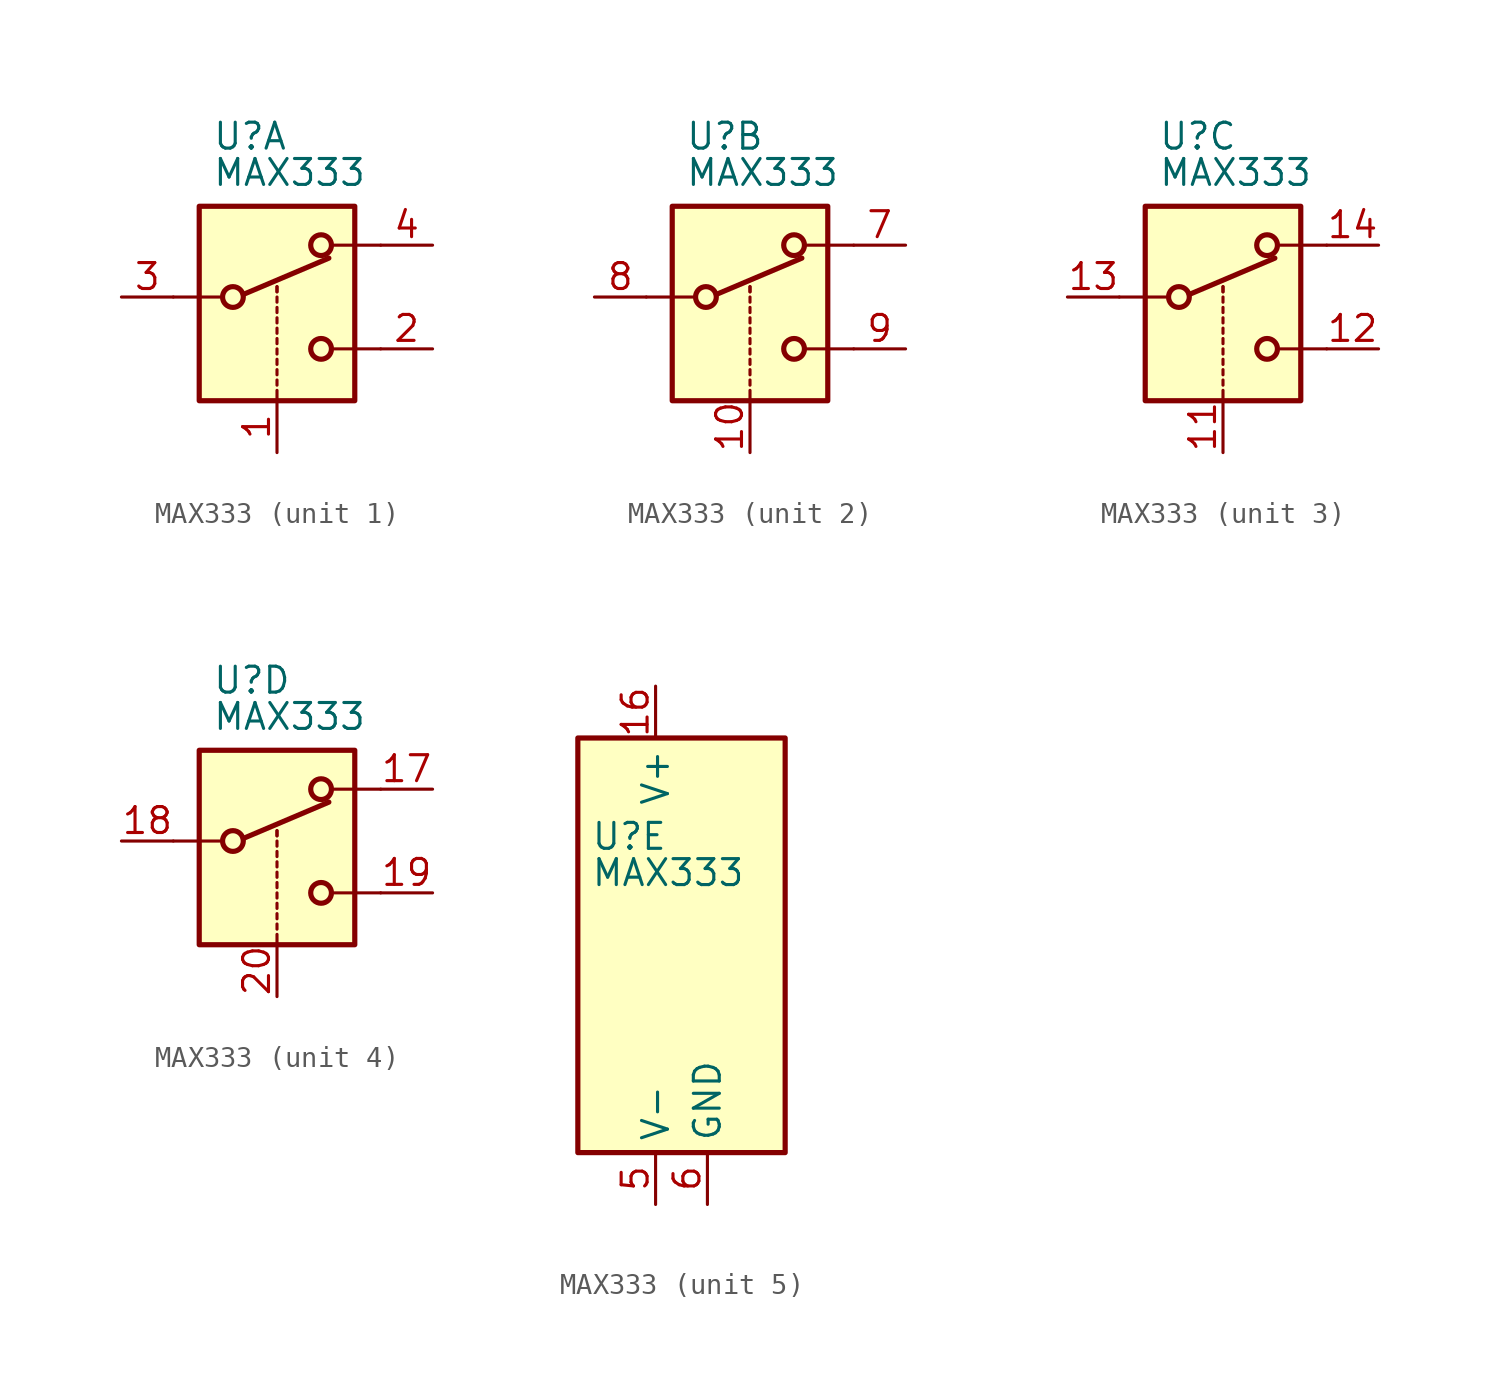
<source format=kicad_sym>
(kicad_symbol_lib
  (version 20201005)
  (generator kicad_symbol_editor)
  (symbol "MAX333"
    (property "Reference" "U"
      (at -3.175 5.334 0)
      (effects (font (size 1.27 1.27)) (justify left)))
    (property "Value" "MAX333"
      (at -3.175 3.556 0)
      (effects (font (size 1.27 1.27)) (justify left)))
    (symbol "MAX333_1_1"
      (circle (center -2.159 -2.54) (radius 0.508) (stroke (width 0.254)) (fill (type none)))
      (circle (center 2.159 -5.08) (radius 0.508) (stroke (width 0.254)) (fill (type none)))
      (circle (center 2.159 0) (radius 0.508) (stroke (width 0.254)) (fill (type none)))
      (rectangle (start -3.81 1.905) (end 3.81 -7.62) (stroke (width 0.254)) (fill (type background)))
      (polyline (pts (xy -5.08 -2.54) (xy -2.794 -2.54)) (stroke (width 0)) (fill (type none)))
      (polyline (pts (xy -1.651 -2.413) (xy 2.54 -0.635)) (stroke (width 0.254)) (fill (type none)))
      (polyline (pts (xy 0 -7.62) (xy 0 -7.112)) (stroke (width 0)) (fill (type none)))
      (polyline (pts (xy 0 -6.858) (xy 0 -6.604)) (stroke (width 0)) (fill (type none)))
      (polyline (pts (xy 0 -6.35) (xy 0 -6.096)) (stroke (width 0)) (fill (type none)))
      (polyline (pts (xy 0 -5.842) (xy 0 -5.588)) (stroke (width 0)) (fill (type none)))
      (polyline (pts (xy 0 -5.334) (xy 0 -5.08)) (stroke (width 0)) (fill (type none)))
      (polyline (pts (xy 0 -4.826) (xy 0 -4.572)) (stroke (width 0)) (fill (type none)))
      (polyline (pts (xy 0 -4.318) (xy 0 -4.064)) (stroke (width 0)) (fill (type none)))
      (polyline (pts (xy 0 -3.81) (xy 0 -3.556)) (stroke (width 0)) (fill (type none)))
      (polyline (pts (xy 0 -3.302) (xy 0 -3.048)) (stroke (width 0)) (fill (type none)))
      (polyline (pts (xy 0 -2.794) (xy 0 -2.54)) (stroke (width 0)) (fill (type none)))
      (polyline (pts (xy 0 -2.286) (xy 0 -2.032)) (stroke (width 0)) (fill (type none)))
      (polyline (pts (xy 0 -2.286) (xy 0 -2.032)) (stroke (width 0)) (fill (type none)))
      (polyline (pts (xy 5.08 -5.08) (xy 2.794 -5.08)) (stroke (width 0)) (fill (type none)))
      (polyline (pts (xy 5.08 0) (xy 2.794 0)) (stroke (width 0)) (fill (type none)))
      (pin input line (at 0 -10.16 90) (length 2.54) (name "~" (effects (font (size 1.27 1.27)))) (number "1" (effects (font (size 1.27 1.27)))))
      (pin passive line (at 7.62 -5.08 180) (length 2.54) (name "~" (effects (font (size 1.27 1.27)))) (number "2" (effects (font (size 1.27 1.27)))))
      (pin passive line (at -7.62 -2.54 0) (length 2.54) (name "~" (effects (font (size 1.27 1.27)))) (number "3" (effects (font (size 1.27 1.27)))))
      (pin passive line (at 7.62 0 180) (length 2.54) (name "~" (effects (font (size 1.27 1.27)))) (number "4" (effects (font (size 1.27 1.27))))))
    (symbol "MAX333_2_1"
      (circle (center -2.159 -2.54) (radius 0.508) (stroke (width 0.254)) (fill (type none)))
      (circle (center 2.159 -5.08) (radius 0.508) (stroke (width 0.254)) (fill (type none)))
      (circle (center 2.159 0) (radius 0.508) (stroke (width 0.254)) (fill (type none)))
      (rectangle (start -3.81 1.905) (end 3.81 -7.62) (stroke (width 0.254)) (fill (type background)))
      (polyline (pts (xy -5.08 -2.54) (xy -2.794 -2.54)) (stroke (width 0)) (fill (type none)))
      (polyline (pts (xy -1.651 -2.413) (xy 2.54 -0.635)) (stroke (width 0.254)) (fill (type none)))
      (polyline (pts (xy 0 -7.62) (xy 0 -7.112)) (stroke (width 0)) (fill (type none)))
      (polyline (pts (xy 0 -6.858) (xy 0 -6.604)) (stroke (width 0)) (fill (type none)))
      (polyline (pts (xy 0 -6.35) (xy 0 -6.096)) (stroke (width 0)) (fill (type none)))
      (polyline (pts (xy 0 -5.842) (xy 0 -5.588)) (stroke (width 0)) (fill (type none)))
      (polyline (pts (xy 0 -5.334) (xy 0 -5.08)) (stroke (width 0)) (fill (type none)))
      (polyline (pts (xy 0 -4.826) (xy 0 -4.572)) (stroke (width 0)) (fill (type none)))
      (polyline (pts (xy 0 -4.318) (xy 0 -4.064)) (stroke (width 0)) (fill (type none)))
      (polyline (pts (xy 0 -3.81) (xy 0 -3.556)) (stroke (width 0)) (fill (type none)))
      (polyline (pts (xy 0 -3.302) (xy 0 -3.048)) (stroke (width 0)) (fill (type none)))
      (polyline (pts (xy 0 -2.794) (xy 0 -2.54)) (stroke (width 0)) (fill (type none)))
      (polyline (pts (xy 0 -2.286) (xy 0 -2.032)) (stroke (width 0)) (fill (type none)))
      (polyline (pts (xy 0 -2.286) (xy 0 -2.032)) (stroke (width 0)) (fill (type none)))
      (polyline (pts (xy 5.08 -5.08) (xy 2.794 -5.08)) (stroke (width 0)) (fill (type none)))
      (polyline (pts (xy 5.08 0) (xy 2.794 0)) (stroke (width 0)) (fill (type none)))
      (pin input line (at 0 -10.16 90) (length 2.54) (name "~" (effects (font (size 1.27 1.27)))) (number "10" (effects (font (size 1.27 1.27)))))
      (pin passive line (at 7.62 0 180) (length 2.54) (name "~" (effects (font (size 1.27 1.27)))) (number "7" (effects (font (size 1.27 1.27)))))
      (pin passive line (at -7.62 -2.54 0) (length 2.54) (name "~" (effects (font (size 1.27 1.27)))) (number "8" (effects (font (size 1.27 1.27)))))
      (pin passive line (at 7.62 -5.08 180) (length 2.54) (name "~" (effects (font (size 1.27 1.27)))) (number "9" (effects (font (size 1.27 1.27))))))
    (symbol "MAX333_3_1"
      (circle (center -2.159 -2.54) (radius 0.508) (stroke (width 0.254)) (fill (type none)))
      (circle (center 2.159 -5.08) (radius 0.508) (stroke (width 0.254)) (fill (type none)))
      (circle (center 2.159 0) (radius 0.508) (stroke (width 0.254)) (fill (type none)))
      (rectangle (start -3.81 1.905) (end 3.81 -7.62) (stroke (width 0.254)) (fill (type background)))
      (polyline (pts (xy -5.08 -2.54) (xy -2.794 -2.54)) (stroke (width 0)) (fill (type none)))
      (polyline (pts (xy -1.651 -2.413) (xy 2.54 -0.635)) (stroke (width 0.254)) (fill (type none)))
      (polyline (pts (xy 0 -7.62) (xy 0 -7.112)) (stroke (width 0)) (fill (type none)))
      (polyline (pts (xy 0 -6.858) (xy 0 -6.604)) (stroke (width 0)) (fill (type none)))
      (polyline (pts (xy 0 -6.35) (xy 0 -6.096)) (stroke (width 0)) (fill (type none)))
      (polyline (pts (xy 0 -5.842) (xy 0 -5.588)) (stroke (width 0)) (fill (type none)))
      (polyline (pts (xy 0 -5.334) (xy 0 -5.08)) (stroke (width 0)) (fill (type none)))
      (polyline (pts (xy 0 -4.826) (xy 0 -4.572)) (stroke (width 0)) (fill (type none)))
      (polyline (pts (xy 0 -4.318) (xy 0 -4.064)) (stroke (width 0)) (fill (type none)))
      (polyline (pts (xy 0 -3.81) (xy 0 -3.556)) (stroke (width 0)) (fill (type none)))
      (polyline (pts (xy 0 -3.302) (xy 0 -3.048)) (stroke (width 0)) (fill (type none)))
      (polyline (pts (xy 0 -2.794) (xy 0 -2.54)) (stroke (width 0)) (fill (type none)))
      (polyline (pts (xy 0 -2.286) (xy 0 -2.032)) (stroke (width 0)) (fill (type none)))
      (polyline (pts (xy 0 -2.286) (xy 0 -2.032)) (stroke (width 0)) (fill (type none)))
      (polyline (pts (xy 5.08 -5.08) (xy 2.794 -5.08)) (stroke (width 0)) (fill (type none)))
      (polyline (pts (xy 5.08 0) (xy 2.794 0)) (stroke (width 0)) (fill (type none)))
      (pin input line (at 0 -10.16 90) (length 2.54) (name "~" (effects (font (size 1.27 1.27)))) (number "11" (effects (font (size 1.27 1.27)))))
      (pin passive line (at 7.62 -5.08 180) (length 2.54) (name "~" (effects (font (size 1.27 1.27)))) (number "12" (effects (font (size 1.27 1.27)))))
      (pin passive line (at -7.62 -2.54 0) (length 2.54) (name "~" (effects (font (size 1.27 1.27)))) (number "13" (effects (font (size 1.27 1.27)))))
      (pin passive line (at 7.62 0 180) (length 2.54) (name "~" (effects (font (size 1.27 1.27)))) (number "14" (effects (font (size 1.27 1.27))))))
    (symbol "MAX333_4_1"
      (circle (center -2.159 -2.54) (radius 0.508) (stroke (width 0.254)) (fill (type none)))
      (circle (center 2.159 -5.08) (radius 0.508) (stroke (width 0.254)) (fill (type none)))
      (circle (center 2.159 0) (radius 0.508) (stroke (width 0.254)) (fill (type none)))
      (rectangle (start -3.81 1.905) (end 3.81 -7.62) (stroke (width 0.254)) (fill (type background)))
      (polyline (pts (xy -5.08 -2.54) (xy -2.794 -2.54)) (stroke (width 0)) (fill (type none)))
      (polyline (pts (xy -1.651 -2.413) (xy 2.54 -0.635)) (stroke (width 0.254)) (fill (type none)))
      (polyline (pts (xy 0 -7.62) (xy 0 -7.112)) (stroke (width 0)) (fill (type none)))
      (polyline (pts (xy 0 -6.858) (xy 0 -6.604)) (stroke (width 0)) (fill (type none)))
      (polyline (pts (xy 0 -6.35) (xy 0 -6.096)) (stroke (width 0)) (fill (type none)))
      (polyline (pts (xy 0 -5.842) (xy 0 -5.588)) (stroke (width 0)) (fill (type none)))
      (polyline (pts (xy 0 -5.334) (xy 0 -5.08)) (stroke (width 0)) (fill (type none)))
      (polyline (pts (xy 0 -4.826) (xy 0 -4.572)) (stroke (width 0)) (fill (type none)))
      (polyline (pts (xy 0 -4.318) (xy 0 -4.064)) (stroke (width 0)) (fill (type none)))
      (polyline (pts (xy 0 -3.81) (xy 0 -3.556)) (stroke (width 0)) (fill (type none)))
      (polyline (pts (xy 0 -3.302) (xy 0 -3.048)) (stroke (width 0)) (fill (type none)))
      (polyline (pts (xy 0 -2.794) (xy 0 -2.54)) (stroke (width 0)) (fill (type none)))
      (polyline (pts (xy 0 -2.286) (xy 0 -2.032)) (stroke (width 0)) (fill (type none)))
      (polyline (pts (xy 0 -2.286) (xy 0 -2.032)) (stroke (width 0)) (fill (type none)))
      (polyline (pts (xy 5.08 -5.08) (xy 2.794 -5.08)) (stroke (width 0)) (fill (type none)))
      (polyline (pts (xy 5.08 0) (xy 2.794 0)) (stroke (width 0)) (fill (type none)))
      (pin passive line (at 7.62 0 180) (length 2.54) (name "~" (effects (font (size 1.27 1.27)))) (number "17" (effects (font (size 1.27 1.27)))))
      (pin passive line (at -7.62 -2.54 0) (length 2.54) (name "~" (effects (font (size 1.27 1.27)))) (number "18" (effects (font (size 1.27 1.27)))))
      (pin passive line (at 7.62 -5.08 180) (length 2.54) (name "~" (effects (font (size 1.27 1.27)))) (number "19" (effects (font (size 1.27 1.27)))))
      (pin input line (at 0 -10.16 90) (length 2.54) (name "~" (effects (font (size 1.27 1.27)))) (number "20" (effects (font (size 1.27 1.27))))))
    (symbol "MAX333_5_0"
      (pin no_connect line (at 2.54 10.16 270) (length 2.54) hide (name "NC" (effects (font (size 1.27 1.27)))) (number "15" (effects (font (size 1.27 1.27)))))
      (pin power_in line (at 0 12.7 270) (length 2.54) (name "V+" (effects (font (size 1.27 1.27)))) (number "16" (effects (font (size 1.27 1.27)))))
      (pin power_in line (at 0 -12.7 90) (length 2.54) (name "V-" (effects (font (size 1.27 1.27)))) (number "5" (effects (font (size 1.27 1.27)))))
      (pin power_in line (at 2.54 -12.7 90) (length 2.54) (name "GND" (effects (font (size 1.27 1.27)))) (number "6" (effects (font (size 1.27 1.27))))))
    (symbol "MAX333_5_1"
      (rectangle (start -3.81 10.16) (end 6.35 -10.16) (stroke (width 0.254)) (fill (type background))))))
</source>
